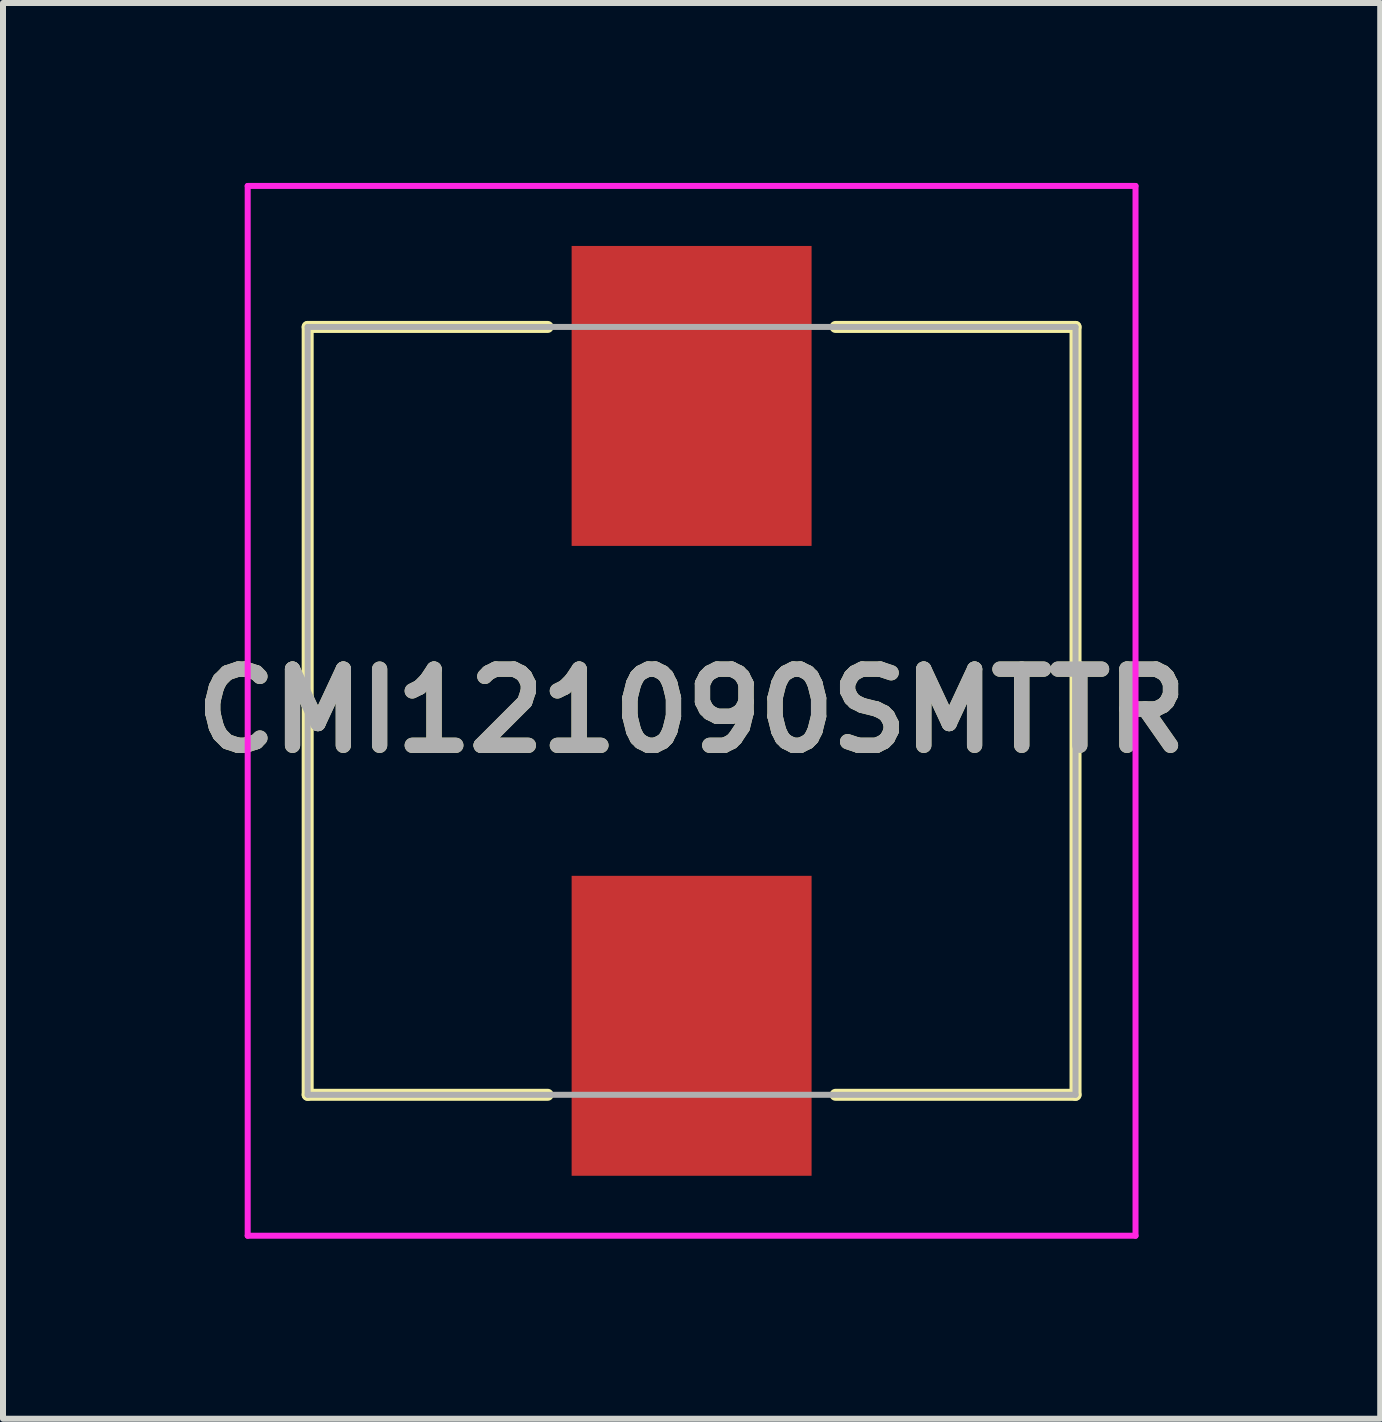
<source format=kicad_pcb>
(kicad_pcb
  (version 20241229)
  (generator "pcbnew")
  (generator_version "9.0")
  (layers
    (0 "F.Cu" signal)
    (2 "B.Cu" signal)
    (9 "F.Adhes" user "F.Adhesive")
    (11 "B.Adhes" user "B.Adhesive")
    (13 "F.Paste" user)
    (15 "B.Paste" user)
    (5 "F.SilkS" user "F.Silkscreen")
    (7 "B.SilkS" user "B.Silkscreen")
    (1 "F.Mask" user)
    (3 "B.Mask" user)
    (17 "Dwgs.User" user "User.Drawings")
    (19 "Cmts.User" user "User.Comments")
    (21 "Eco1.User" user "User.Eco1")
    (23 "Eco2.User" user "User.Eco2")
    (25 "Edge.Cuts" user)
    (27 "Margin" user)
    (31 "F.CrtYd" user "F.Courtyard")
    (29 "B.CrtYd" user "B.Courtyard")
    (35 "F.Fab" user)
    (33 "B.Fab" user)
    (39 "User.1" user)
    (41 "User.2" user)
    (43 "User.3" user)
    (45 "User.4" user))
  (footprint "CMI121090SMTTR"
    (layer "F.Cu")
    (at 8.479 8.8)
    (property "Reference" "CMI121090SMTTR" (at 0 0 0) (layer "F.SilkS") (effects (font (size 1.27 1.27) (thickness 0.254))))
    (attr smd)
    (fp_line (start -6.4 -6.4) (end -6.4 6.4) (stroke (width 0.2) (type solid)) (layer "F.SilkS"))
    (fp_line (start -6.4 6.4) (end -2.4 6.4) (stroke (width 0.2) (type solid)) (layer "F.SilkS"))
    (fp_line (start -2.4 -6.4) (end -6.4 -6.4) (stroke (width 0.2) (type solid)) (layer "F.SilkS"))
    (fp_line (start 2.4 6.4) (end 6.4 6.4) (stroke (width 0.2) (type solid)) (layer "F.SilkS"))
    (fp_line (start 6.4 -6.4) (end 2.4 -6.4) (stroke (width 0.2) (type solid)) (layer "F.SilkS"))
    (fp_line (start 6.4 6.4) (end 6.4 -6.4) (stroke (width 0.2) (type solid)) (layer "F.SilkS"))
    (fp_line (start -7.4 -8.75) (end 7.4 -8.75) (stroke (width 0.1) (type solid)) (layer "F.CrtYd"))
    (fp_line (start -7.4 8.75) (end -7.4 -8.75) (stroke (width 0.1) (type solid)) (layer "F.CrtYd"))
    (fp_line (start 7.4 -8.75) (end 7.4 8.75) (stroke (width 0.1) (type solid)) (layer "F.CrtYd"))
    (fp_line (start 7.4 8.75) (end -7.4 8.75) (stroke (width 0.1) (type solid)) (layer "F.CrtYd"))
    (fp_line (start -6.4 -6.4) (end 6.4 -6.4) (stroke (width 0.1) (type solid)) (layer "F.Fab"))
    (fp_line (start -6.4 6.4) (end -6.4 -6.4) (stroke (width 0.1) (type solid)) (layer "F.Fab"))
    (fp_line (start 6.4 -6.4) (end 6.4 6.4) (stroke (width 0.1) (type solid)) (layer "F.Fab"))
    (fp_line (start 6.4 6.4) (end -6.4 6.4) (stroke (width 0.1) (type solid)) (layer "F.Fab"))
    (fp_text user "${REFERENCE}" (at 0 0 0) (layer "F.Fab") (effects (font (size 1.27 1.27) (thickness 0.254))))
    (pad "1" smd rect (at 0 5.25) (size 4 5) (layers "F.Cu" "F.Mask" "F.Paste"))
    (pad "2" smd rect (at 0 -5.25) (size 4 5) (layers "F.Cu" "F.Mask" "F.Paste")))
  (gr_rect
    (start -3 -3)
    (end 19.958 20.6)
    (stroke (width 0.1) (type default))
    (fill no)
    (layer "Edge.Cuts")))
</source>
